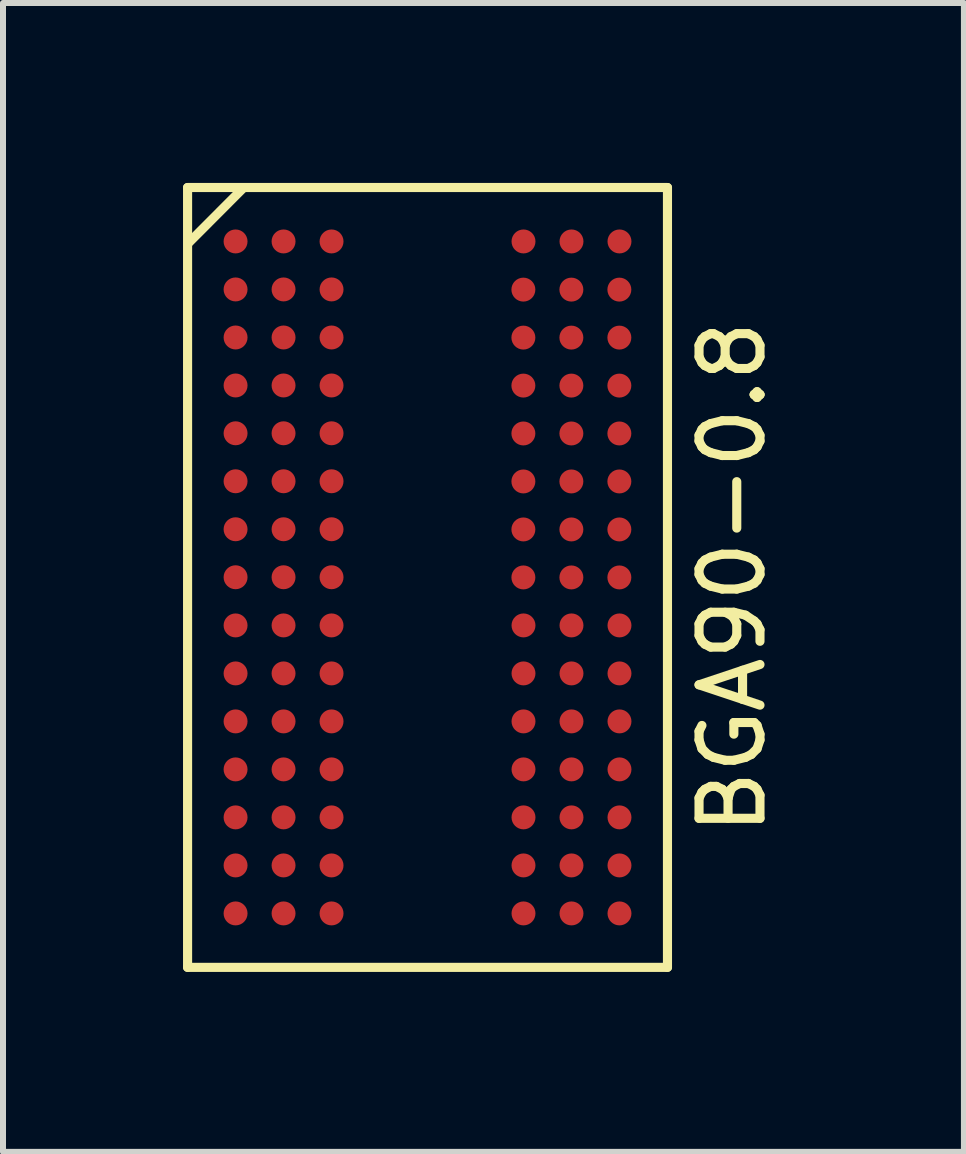
<source format=kicad_pcb>
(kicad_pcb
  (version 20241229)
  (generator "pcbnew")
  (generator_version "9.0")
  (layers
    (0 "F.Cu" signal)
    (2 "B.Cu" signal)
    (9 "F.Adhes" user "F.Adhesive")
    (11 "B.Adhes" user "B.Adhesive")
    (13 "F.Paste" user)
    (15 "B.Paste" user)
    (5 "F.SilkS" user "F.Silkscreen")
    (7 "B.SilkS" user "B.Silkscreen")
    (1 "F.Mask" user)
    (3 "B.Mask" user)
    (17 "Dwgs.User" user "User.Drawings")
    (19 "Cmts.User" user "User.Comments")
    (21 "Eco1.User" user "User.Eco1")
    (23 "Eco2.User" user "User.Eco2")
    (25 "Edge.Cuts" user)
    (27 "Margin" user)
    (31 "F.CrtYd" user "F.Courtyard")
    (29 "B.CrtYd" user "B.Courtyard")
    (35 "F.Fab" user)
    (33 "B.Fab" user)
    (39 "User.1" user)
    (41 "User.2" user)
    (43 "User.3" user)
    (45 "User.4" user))
  (footprint "BGA90-0.8"
    (layer "F.Cu")
    (at 4.077 6.576)
    (property "Reference" "BGA90-0.8" (at 5.08 0 90) (layer "F.SilkS") (effects (font (size 1.016 1.016) (thickness 0.152))))
    (attr smd)
    (fp_line (start -4 -6.5) (end 4 -6.5) (stroke (width 0.152) (type solid)) (layer "F.SilkS"))
    (fp_line (start -4 6.5) (end -4 -6.5) (stroke (width 0.152) (type solid)) (layer "F.SilkS"))
    (fp_line (start -3.081 -6.482) (end -3.98 -5.58) (stroke (width 0.152) (type solid)) (layer "F.SilkS"))
    (fp_line (start 4 -6.5) (end 4 6.5) (stroke (width 0.152) (type solid)) (layer "F.SilkS"))
    (fp_line (start 4 6.5) (end -4 6.5) (stroke (width 0.152) (type solid)) (layer "F.SilkS"))
    (pad "A1" smd circle (at -3.2 -5.601) (size 0.399 0.399) (layers "F.Cu" "F.Mask" "F.Paste"))
    (pad "A2" smd circle (at -2.4 -5.601) (size 0.399 0.399) (layers "F.Cu" "F.Mask" "F.Paste"))
    (pad "A3" smd circle (at -1.6 -5.601) (size 0.399 0.399) (layers "F.Cu" "F.Mask" "F.Paste"))
    (pad "A7" smd circle (at 1.6 -5.601) (size 0.399 0.399) (layers "F.Cu" "F.Mask" "F.Paste"))
    (pad "A8" smd circle (at 2.4 -5.601) (size 0.399 0.399) (layers "F.Cu" "F.Mask" "F.Paste"))
    (pad "A9" smd circle (at 3.2 -5.601) (size 0.399 0.399) (layers "F.Cu" "F.Mask" "F.Paste"))
    (pad "B1" smd circle (at -3.2 -4.801) (size 0.399 0.399) (layers "F.Cu" "F.Mask" "F.Paste"))
    (pad "B2" smd circle (at -2.4 -4.801) (size 0.399 0.399) (layers "F.Cu" "F.Mask" "F.Paste"))
    (pad "B3" smd circle (at -1.6 -4.801) (size 0.399 0.399) (layers "F.Cu" "F.Mask" "F.Paste"))
    (pad "B7" smd circle (at 1.598 -4.798) (size 0.399 0.399) (layers "F.Cu" "F.Mask" "F.Paste"))
    (pad "B8" smd circle (at 2.398 -4.798) (size 0.399 0.399) (layers "F.Cu" "F.Mask" "F.Paste"))
    (pad "B9" smd circle (at 3.198 -4.798) (size 0.399 0.399) (layers "F.Cu" "F.Mask" "F.Paste"))
    (pad "C1" smd circle (at -3.2 -4) (size 0.399 0.399) (layers "F.Cu" "F.Mask" "F.Paste"))
    (pad "C2" smd circle (at -2.4 -4) (size 0.399 0.399) (layers "F.Cu" "F.Mask" "F.Paste"))
    (pad "C3" smd circle (at -1.6 -4) (size 0.399 0.399) (layers "F.Cu" "F.Mask" "F.Paste"))
    (pad "C7" smd circle (at 1.598 -3.998) (size 0.399 0.399) (layers "F.Cu" "F.Mask" "F.Paste"))
    (pad "C8" smd circle (at 2.398 -3.998) (size 0.399 0.399) (layers "F.Cu" "F.Mask" "F.Paste"))
    (pad "C9" smd circle (at 3.198 -3.998) (size 0.399 0.399) (layers "F.Cu" "F.Mask" "F.Paste"))
    (pad "D1" smd circle (at -3.2 -3.2) (size 0.399 0.399) (layers "F.Cu" "F.Mask" "F.Paste"))
    (pad "D2" smd circle (at -2.4 -3.2) (size 0.399 0.399) (layers "F.Cu" "F.Mask" "F.Paste"))
    (pad "D3" smd circle (at -1.6 -3.2) (size 0.399 0.399) (layers "F.Cu" "F.Mask" "F.Paste"))
    (pad "D7" smd circle (at 1.598 -3.198) (size 0.399 0.399) (layers "F.Cu" "F.Mask" "F.Paste"))
    (pad "D8" smd circle (at 2.398 -3.198) (size 0.399 0.399) (layers "F.Cu" "F.Mask" "F.Paste"))
    (pad "D9" smd circle (at 3.198 -3.198) (size 0.399 0.399) (layers "F.Cu" "F.Mask" "F.Paste"))
    (pad "E1" smd circle (at -3.2 -2.403) (size 0.399 0.399) (layers "F.Cu" "F.Mask" "F.Paste"))
    (pad "E2" smd circle (at -2.4 -2.403) (size 0.399 0.399) (layers "F.Cu" "F.Mask" "F.Paste"))
    (pad "E3" smd circle (at -1.6 -2.403) (size 0.399 0.399) (layers "F.Cu" "F.Mask" "F.Paste"))
    (pad "E7" smd circle (at 1.598 -2.4) (size 0.399 0.399) (layers "F.Cu" "F.Mask" "F.Paste"))
    (pad "E8" smd circle (at 2.398 -2.4) (size 0.399 0.399) (layers "F.Cu" "F.Mask" "F.Paste"))
    (pad "E9" smd circle (at 3.198 -2.4) (size 0.399 0.399) (layers "F.Cu" "F.Mask" "F.Paste"))
    (pad "F1" smd circle (at -3.2 -1.603) (size 0.399 0.399) (layers "F.Cu" "F.Mask" "F.Paste"))
    (pad "F2" smd circle (at -2.4 -1.603) (size 0.399 0.399) (layers "F.Cu" "F.Mask" "F.Paste"))
    (pad "F3" smd circle (at -1.6 -1.603) (size 0.399 0.399) (layers "F.Cu" "F.Mask" "F.Paste"))
    (pad "F7" smd circle (at 1.598 -1.6) (size 0.399 0.399) (layers "F.Cu" "F.Mask" "F.Paste"))
    (pad "F8" smd circle (at 2.398 -1.6) (size 0.399 0.399) (layers "F.Cu" "F.Mask" "F.Paste"))
    (pad "F9" smd circle (at 3.198 -1.6) (size 0.399 0.399) (layers "F.Cu" "F.Mask" "F.Paste"))
    (pad "G1" smd circle (at -3.2 -0.803) (size 0.399 0.399) (layers "F.Cu" "F.Mask" "F.Paste"))
    (pad "G2" smd circle (at -2.4 -0.803) (size 0.399 0.399) (layers "F.Cu" "F.Mask" "F.Paste"))
    (pad "G3" smd circle (at -1.6 -0.803) (size 0.399 0.399) (layers "F.Cu" "F.Mask" "F.Paste"))
    (pad "G7" smd circle (at 1.598 -0.8) (size 0.399 0.399) (layers "F.Cu" "F.Mask" "F.Paste"))
    (pad "G8" smd circle (at 2.398 -0.8) (size 0.399 0.399) (layers "F.Cu" "F.Mask" "F.Paste"))
    (pad "G9" smd circle (at 3.198 -0.8) (size 0.399 0.399) (layers "F.Cu" "F.Mask" "F.Paste"))
    (pad "H1" smd circle (at -3.2 -0.003) (size 0.399 0.399) (layers "F.Cu" "F.Mask" "F.Paste"))
    (pad "H2" smd circle (at -2.4 -0.003) (size 0.399 0.399) (layers "F.Cu" "F.Mask" "F.Paste"))
    (pad "H3" smd circle (at -1.6 -0.003) (size 0.399 0.399) (layers "F.Cu" "F.Mask" "F.Paste"))
    (pad "H7" smd circle (at 1.598 0) (size 0.399 0.399) (layers "F.Cu" "F.Mask" "F.Paste"))
    (pad "H8" smd circle (at 2.398 0) (size 0.399 0.399) (layers "F.Cu" "F.Mask" "F.Paste"))
    (pad "H9" smd circle (at 3.198 0) (size 0.399 0.399) (layers "F.Cu" "F.Mask" "F.Paste"))
    (pad "J1" smd circle (at -3.2 0.8) (size 0.399 0.399) (layers "F.Cu" "F.Mask" "F.Paste"))
    (pad "J2" smd circle (at -2.4 0.8) (size 0.399 0.399) (layers "F.Cu" "F.Mask" "F.Paste"))
    (pad "J3" smd circle (at -1.6 0.8) (size 0.399 0.399) (layers "F.Cu" "F.Mask" "F.Paste"))
    (pad "J7" smd circle (at 1.6 0.8) (size 0.399 0.399) (layers "F.Cu" "F.Mask" "F.Paste"))
    (pad "J8" smd circle (at 2.4 0.8) (size 0.399 0.399) (layers "F.Cu" "F.Mask" "F.Paste"))
    (pad "J9" smd circle (at 3.2 0.8) (size 0.399 0.399) (layers "F.Cu" "F.Mask" "F.Paste"))
    (pad "K1" smd circle (at -3.2 1.6) (size 0.399 0.399) (layers "F.Cu" "F.Mask" "F.Paste"))
    (pad "K2" smd circle (at -2.4 1.6) (size 0.399 0.399) (layers "F.Cu" "F.Mask" "F.Paste"))
    (pad "K3" smd circle (at -1.6 1.6) (size 0.399 0.399) (layers "F.Cu" "F.Mask" "F.Paste"))
    (pad "K7" smd circle (at 1.6 1.6) (size 0.399 0.399) (layers "F.Cu" "F.Mask" "F.Paste"))
    (pad "K8" smd circle (at 2.4 1.6) (size 0.399 0.399) (layers "F.Cu" "F.Mask" "F.Paste"))
    (pad "K9" smd circle (at 3.2 1.6) (size 0.399 0.399) (layers "F.Cu" "F.Mask" "F.Paste"))
    (pad "L1" smd circle (at -3.2 2.4) (size 0.399 0.399) (layers "F.Cu" "F.Mask" "F.Paste"))
    (pad "L2" smd circle (at -2.4 2.4) (size 0.399 0.399) (layers "F.Cu" "F.Mask" "F.Paste"))
    (pad "L3" smd circle (at -1.6 2.4) (size 0.399 0.399) (layers "F.Cu" "F.Mask" "F.Paste"))
    (pad "L7" smd circle (at 1.6 2.4) (size 0.399 0.399) (layers "F.Cu" "F.Mask" "F.Paste"))
    (pad "L8" smd circle (at 2.4 2.4) (size 0.399 0.399) (layers "F.Cu" "F.Mask" "F.Paste"))
    (pad "L9" smd circle (at 3.2 2.4) (size 0.399 0.399) (layers "F.Cu" "F.Mask" "F.Paste"))
    (pad "M1" smd circle (at -3.2 3.2) (size 0.399 0.399) (layers "F.Cu" "F.Mask" "F.Paste"))
    (pad "M2" smd circle (at -2.4 3.2) (size 0.399 0.399) (layers "F.Cu" "F.Mask" "F.Paste"))
    (pad "M3" smd circle (at -1.6 3.2) (size 0.399 0.399) (layers "F.Cu" "F.Mask" "F.Paste"))
    (pad "M7" smd circle (at 1.6 3.2) (size 0.399 0.399) (layers "F.Cu" "F.Mask" "F.Paste"))
    (pad "M8" smd circle (at 2.4 3.2) (size 0.399 0.399) (layers "F.Cu" "F.Mask" "F.Paste"))
    (pad "M9" smd circle (at 3.2 3.2) (size 0.399 0.399) (layers "F.Cu" "F.Mask" "F.Paste"))
    (pad "N1" smd circle (at -3.2 4) (size 0.399 0.399) (layers "F.Cu" "F.Mask" "F.Paste"))
    (pad "N2" smd circle (at -2.4 4) (size 0.399 0.399) (layers "F.Cu" "F.Mask" "F.Paste"))
    (pad "N3" smd circle (at -1.6 4) (size 0.399 0.399) (layers "F.Cu" "F.Mask" "F.Paste"))
    (pad "N7" smd circle (at 1.6 4) (size 0.399 0.399) (layers "F.Cu" "F.Mask" "F.Paste"))
    (pad "N8" smd circle (at 2.4 4) (size 0.399 0.399) (layers "F.Cu" "F.Mask" "F.Paste"))
    (pad "N9" smd circle (at 3.2 4) (size 0.399 0.399) (layers "F.Cu" "F.Mask" "F.Paste"))
    (pad "P1" smd circle (at -3.2 4.801) (size 0.399 0.399) (layers "F.Cu" "F.Mask" "F.Paste"))
    (pad "P2" smd circle (at -2.4 4.801) (size 0.399 0.399) (layers "F.Cu" "F.Mask" "F.Paste"))
    (pad "P3" smd circle (at -1.6 4.801) (size 0.399 0.399) (layers "F.Cu" "F.Mask" "F.Paste"))
    (pad "P7" smd circle (at 1.6 4.801) (size 0.399 0.399) (layers "F.Cu" "F.Mask" "F.Paste"))
    (pad "P8" smd circle (at 2.4 4.801) (size 0.399 0.399) (layers "F.Cu" "F.Mask" "F.Paste"))
    (pad "P9" smd circle (at 3.2 4.801) (size 0.399 0.399) (layers "F.Cu" "F.Mask" "F.Paste"))
    (pad "R1" smd circle (at -3.2 5.601) (size 0.399 0.399) (layers "F.Cu" "F.Mask" "F.Paste"))
    (pad "R2" smd circle (at -2.4 5.601) (size 0.399 0.399) (layers "F.Cu" "F.Mask" "F.Paste"))
    (pad "R3" smd circle (at -1.6 5.601) (size 0.399 0.399) (layers "F.Cu" "F.Mask" "F.Paste"))
    (pad "R7" smd circle (at 1.6 5.601) (size 0.399 0.399) (layers "F.Cu" "F.Mask" "F.Paste"))
    (pad "R8" smd circle (at 2.4 5.601) (size 0.399 0.399) (layers "F.Cu" "F.Mask" "F.Paste"))
    (pad "R9" smd circle (at 3.2 5.601) (size 0.399 0.399) (layers "F.Cu" "F.Mask" "F.Paste")))
  (gr_rect
    (start -3 -3)
    (end 13.019 16.152)
    (stroke (width 0.1) (type default))
    (fill no)
    (layer "Edge.Cuts")))
</source>
